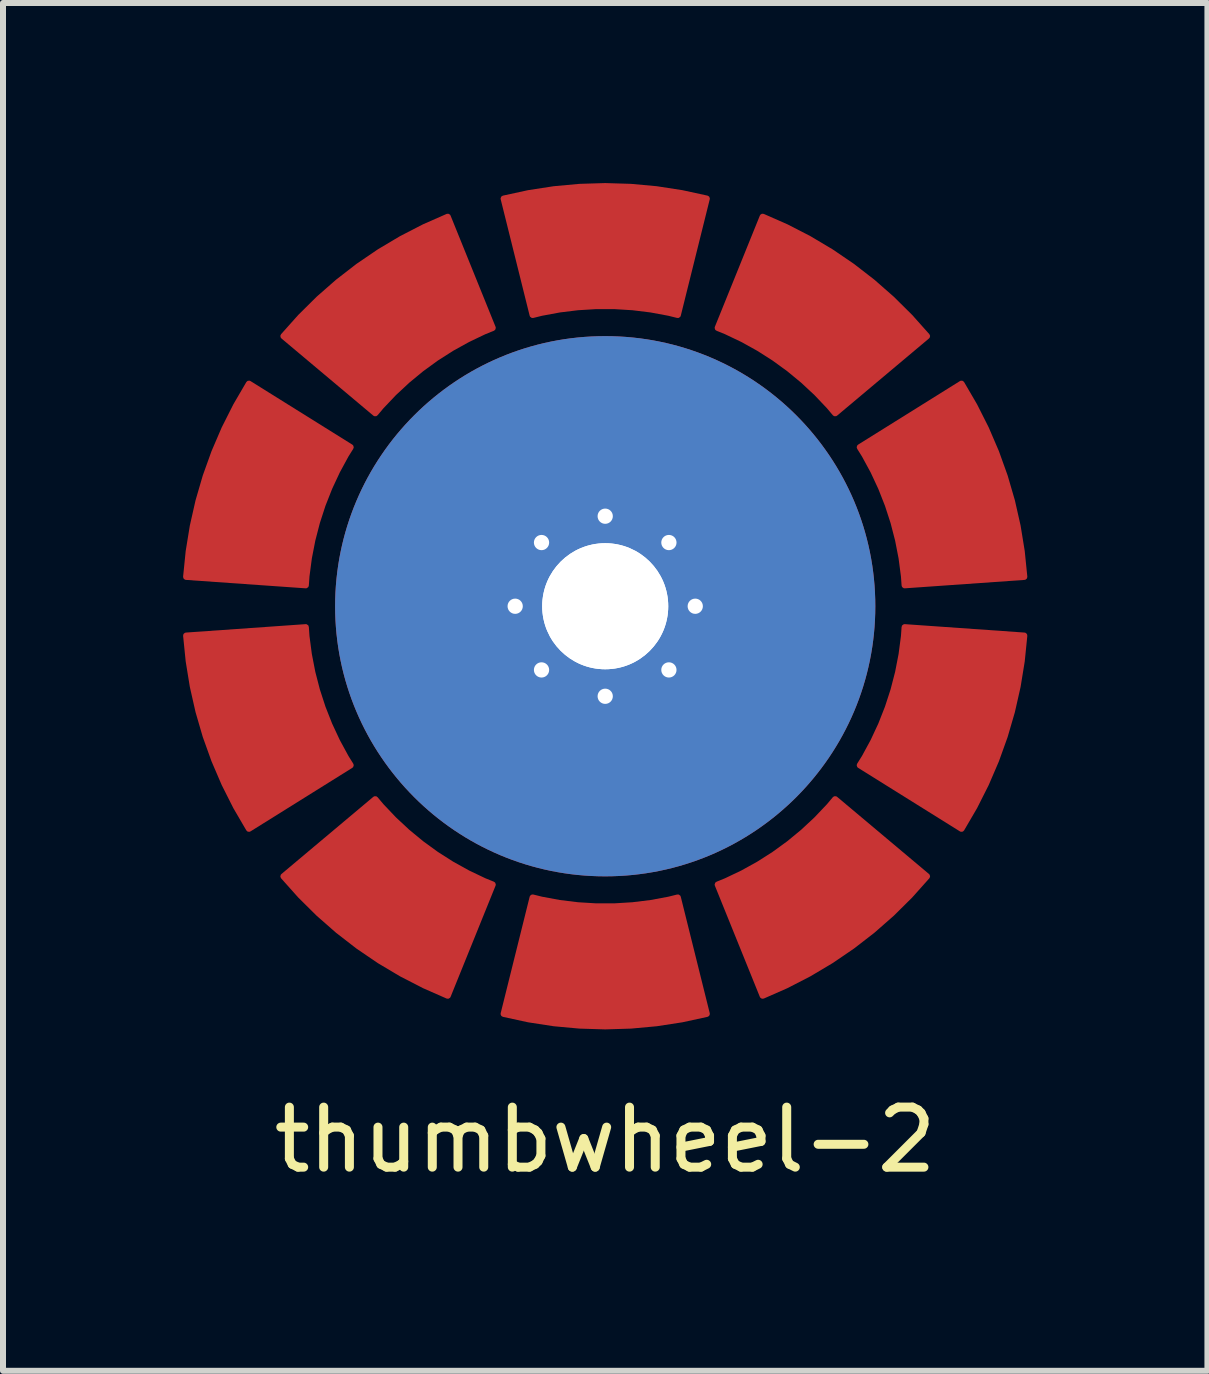
<source format=kicad_pcb>
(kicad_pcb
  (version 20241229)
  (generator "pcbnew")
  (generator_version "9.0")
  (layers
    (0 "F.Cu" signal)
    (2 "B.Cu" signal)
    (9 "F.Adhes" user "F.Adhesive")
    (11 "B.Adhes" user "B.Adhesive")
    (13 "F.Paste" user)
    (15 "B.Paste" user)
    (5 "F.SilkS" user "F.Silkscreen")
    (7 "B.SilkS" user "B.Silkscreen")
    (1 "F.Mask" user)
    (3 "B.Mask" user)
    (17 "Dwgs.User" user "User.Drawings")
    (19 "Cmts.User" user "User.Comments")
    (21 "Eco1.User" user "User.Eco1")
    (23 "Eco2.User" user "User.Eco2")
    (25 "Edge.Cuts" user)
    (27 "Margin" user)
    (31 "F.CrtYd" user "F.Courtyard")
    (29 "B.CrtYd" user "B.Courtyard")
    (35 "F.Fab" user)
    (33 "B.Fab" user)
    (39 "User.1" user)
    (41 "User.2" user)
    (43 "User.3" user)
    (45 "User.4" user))
  (footprint "thumbwheel-2"
    (layer "F.Cu")
    (at 7.033 7.05)
    (property "Reference" "thumbwheel-2" (at 0 8.89 0) (layer "F.SilkS") (effects (font (size 1 1) (thickness 0.15))))
    (attr through_hole)
    (pad "0" smd custom (at 3.527 4.854 216) (size 0.3 0.3) (layers "F.Cu" "F.Mask") (options (anchor circle)) (primitives (gr_line (start 0.262 1.007) (end 0.366 -0.99) (width 0.1)) (gr_line (start 0.218 1.005) (end 0.305 -0.993) (width 0.1)) (gr_line (start 0.174 1.003) (end 0.244 -0.996) (width 0.1)) (gr_line (start 0.131 1.002) (end 0.183 -0.998) (width 0.1)) (gr_line (start 0.087 1.001) (end 0.122 -0.999) (width 0.1)) (gr_line (start 0.044 1) (end 0.061 -1) (width 0.1)) (gr_line (start -0.000001 1) (end -0.000001 -1) (width 0.1)) (gr_line (start -0.044 1) (end -0.061 -1) (width 0.1)) (gr_line (start 0.782 1.062) (end 1.095 -0.914) (width 0.1)) (gr_line (start 0.868 1.076) (end 1.216 -0.894) (width 0.1)) (gr_line (start -0.566 1.032) (end -0.792 -0.955) (width 0.1)) (gr_line (start -0.609 1.037) (end -0.853 -0.948) (width 0.1)) (gr_line (start -0.653 1.043) (end -0.914 -0.94) (width 0.1)) (gr_line (start -0.696 1.049) (end -0.974 -0.932) (width 0.1)) (gr_line (start -0.739 1.055) (end -1.035 -0.923) (width 0.1)) (gr_line (start -0.131 1.002) (end -0.183 -0.998) (width 0.1)) (gr_line (start -0.174 1.003) (end -0.244 -0.996) (width 0.1)) (gr_line (start -0.218 1.005) (end -0.305 -0.993) (width 0.1)) (gr_line (start -0.262 1.007) (end -0.366 -0.99) (width 0.1)) (gr_line (start -0.305 1.009) (end -0.427 -0.987) (width 0.1)) (gr_line (start -0.349 1.012) (end -0.488 -0.983) (width 0.1)) (gr_line (start -0.392 1.015) (end -0.549 -0.978) (width 0.1)) (gr_line (start -0.436 1.019) (end -0.61 -0.973) (width 0.1)) (gr_line (start -0.479 1.023) (end -0.671 -0.968) (width 0.1)) (gr_line (start -0.782 1.062) (end -1.095 -0.914) (width 0.1)) (gr_line (start 1.167 1.138) (end 1.634 -0.807) (width 0.1)) (gr_arc (start 0 1) (mid 0.609346 1.037269) (end 1.209609 1.148521) (width 0.1)) (gr_line (start 1.21 1.149) (end 1.693 -0.792) (width 0.1)) (gr_line (start -0.523 1.027) (end -0.732 -0.962) (width 0.1)) (gr_line (start 1.125 1.128) (end 1.575 -0.821) (width 0.1)) (gr_line (start 1.082 1.119) (end 1.515 -0.834) (width 0.1)) (gr_line (start 1.04 1.109) (end 1.455 -0.847) (width 0.1)) (gr_line (start 0.997 1.1) (end 1.396 -0.859) (width 0.1)) (gr_line (start 0.954 1.092) (end 1.336 -0.871) (width 0.1)) (gr_line (start 0.696 1.049) (end 0.974 -0.932) (width 0.1)) (gr_line (start 0.911 1.084) (end 1.276 -0.883) (width 0.1)) (gr_line (start 0.653 1.043) (end 0.914 -0.94) (width 0.1)) (gr_line (start 0.609 1.037) (end 0.853 -0.948) (width 0.1)) (gr_line (start 0.566 1.032) (end 0.792 -0.955) (width 0.1)) (gr_line (start 0.523 1.027) (end 0.732 -0.962) (width 0.1)) (gr_line (start 0.479 1.023) (end 0.671 -0.968) (width 0.1)) (gr_line (start 0.436 1.019) (end 0.61 -0.973) (width 0.1)) (gr_line (start 0.392 1.015) (end 0.549 -0.978) (width 0.1)) (gr_line (start 0.349 1.012) (end 0.488 -0.983) (width 0.1)) (gr_line (start -0.087 1.001) (end -0.122 -0.999) (width 0.1)) (gr_line (start 0.305 1.009) (end 0.427 -0.987) (width 0.1)) (gr_line (start 0.825 1.069) (end 1.155 -0.904) (width 0.1)) (gr_line (start -0.825 1.069) (end -1.155 -0.904) (width 0.1)) (gr_line (start -0.868 1.076) (end -1.216 -0.894) (width 0.1)) (gr_line (start -0.911 1.084) (end -1.276 -0.883) (width 0.1)) (gr_line (start -0.954 1.092) (end -1.336 -0.871) (width 0.1)) (gr_line (start -0.997 1.1) (end -1.396 -0.859) (width 0.1)) (gr_line (start -1.04 1.109) (end -1.455 -0.847) (width 0.1)) (gr_line (start -1.082 1.119) (end -1.515 -0.834) (width 0.1)) (gr_line (start -1.125 1.128) (end -1.575 -0.821) (width 0.1)) (gr_line (start -1.167 1.138) (end -1.634 -0.807) (width 0.1)) (gr_arc (start -1.209609 1.148521) (mid -0.609346 1.037269) (end 0 1) (width 0.1)) (gr_arc (start -1.693453 -0.79207) (mid -0.853085 -0.947823) (end 0 -1) (width 0.1)) (gr_arc (start 0 -1) (mid 0.853085 -0.947823) (end 1.693453 -0.79207) (width 0.1)) (gr_line (start -1.693 -0.792) (end -1.21 1.149) (width 0.1)) (gr_line (start 0.739 1.055) (end 1.035 -0.923) (width 0.1))))
    (pad "1" smd custom (at 5.706 1.854 252) (size 0.3 0.3) (layers "F.Cu" "F.Mask") (options (anchor circle)) (primitives (gr_line (start 0.262 1.007) (end 0.366 -0.99) (width 0.1)) (gr_line (start 0.218 1.005) (end 0.305 -0.993) (width 0.1)) (gr_line (start 0.174 1.003) (end 0.244 -0.996) (width 0.1)) (gr_line (start 0.131 1.002) (end 0.183 -0.998) (width 0.1)) (gr_line (start 0.087 1.001) (end 0.122 -0.999) (width 0.1)) (gr_line (start 0.044 1) (end 0.061 -1) (width 0.1)) (gr_line (start -0.000001 1) (end -0.000001 -1) (width 0.1)) (gr_line (start -0.044 1) (end -0.061 -1) (width 0.1)) (gr_line (start 0.782 1.062) (end 1.095 -0.914) (width 0.1)) (gr_line (start 0.868 1.076) (end 1.216 -0.894) (width 0.1)) (gr_line (start -0.566 1.032) (end -0.792 -0.955) (width 0.1)) (gr_line (start -0.609 1.037) (end -0.853 -0.948) (width 0.1)) (gr_line (start -0.653 1.043) (end -0.914 -0.94) (width 0.1)) (gr_line (start -0.696 1.049) (end -0.974 -0.932) (width 0.1)) (gr_line (start -0.739 1.055) (end -1.035 -0.923) (width 0.1)) (gr_line (start -0.131 1.002) (end -0.183 -0.998) (width 0.1)) (gr_line (start -0.174 1.003) (end -0.244 -0.996) (width 0.1)) (gr_line (start -0.218 1.005) (end -0.305 -0.993) (width 0.1)) (gr_line (start -0.262 1.007) (end -0.366 -0.99) (width 0.1)) (gr_line (start -0.305 1.009) (end -0.427 -0.987) (width 0.1)) (gr_line (start -0.349 1.012) (end -0.488 -0.983) (width 0.1)) (gr_line (start -0.392 1.015) (end -0.549 -0.978) (width 0.1)) (gr_line (start -0.436 1.019) (end -0.61 -0.973) (width 0.1)) (gr_line (start -0.479 1.023) (end -0.671 -0.968) (width 0.1)) (gr_line (start -0.782 1.062) (end -1.095 -0.914) (width 0.1)) (gr_line (start 1.167 1.138) (end 1.634 -0.807) (width 0.1)) (gr_arc (start 0 1) (mid 0.609346 1.037269) (end 1.209609 1.148521) (width 0.1)) (gr_line (start 1.21 1.149) (end 1.693 -0.792) (width 0.1)) (gr_line (start -0.523 1.027) (end -0.732 -0.962) (width 0.1)) (gr_line (start 1.125 1.128) (end 1.575 -0.821) (width 0.1)) (gr_line (start 1.082 1.119) (end 1.515 -0.834) (width 0.1)) (gr_line (start 1.04 1.109) (end 1.455 -0.847) (width 0.1)) (gr_line (start 0.997 1.1) (end 1.396 -0.859) (width 0.1)) (gr_line (start 0.954 1.092) (end 1.336 -0.871) (width 0.1)) (gr_line (start 0.696 1.049) (end 0.974 -0.932) (width 0.1)) (gr_line (start 0.911 1.084) (end 1.276 -0.883) (width 0.1)) (gr_line (start 0.653 1.043) (end 0.914 -0.94) (width 0.1)) (gr_line (start 0.609 1.037) (end 0.853 -0.948) (width 0.1)) (gr_line (start 0.566 1.032) (end 0.792 -0.955) (width 0.1)) (gr_line (start 0.523 1.027) (end 0.732 -0.962) (width 0.1)) (gr_line (start 0.479 1.023) (end 0.671 -0.968) (width 0.1)) (gr_line (start 0.436 1.019) (end 0.61 -0.973) (width 0.1)) (gr_line (start 0.392 1.015) (end 0.549 -0.978) (width 0.1)) (gr_line (start 0.349 1.012) (end 0.488 -0.983) (width 0.1)) (gr_line (start -0.087 1.001) (end -0.122 -0.999) (width 0.1)) (gr_line (start 0.305 1.009) (end 0.427 -0.987) (width 0.1)) (gr_line (start 0.825 1.069) (end 1.155 -0.904) (width 0.1)) (gr_line (start -0.825 1.069) (end -1.155 -0.904) (width 0.1)) (gr_line (start -0.868 1.076) (end -1.216 -0.894) (width 0.1)) (gr_line (start -0.911 1.084) (end -1.276 -0.883) (width 0.1)) (gr_line (start -0.954 1.092) (end -1.336 -0.871) (width 0.1)) (gr_line (start -0.997 1.1) (end -1.396 -0.859) (width 0.1)) (gr_line (start -1.04 1.109) (end -1.455 -0.847) (width 0.1)) (gr_line (start -1.082 1.119) (end -1.515 -0.834) (width 0.1)) (gr_line (start -1.125 1.128) (end -1.575 -0.821) (width 0.1)) (gr_line (start -1.167 1.138) (end -1.634 -0.807) (width 0.1)) (gr_arc (start -1.209609 1.148521) (mid -0.609346 1.037269) (end 0 1) (width 0.1)) (gr_arc (start -1.693453 -0.79207) (mid -0.853085 -0.947823) (end 0 -1) (width 0.1)) (gr_arc (start 0 -1) (mid 0.853085 -0.947823) (end 1.693453 -0.79207) (width 0.1)) (gr_line (start -1.693 -0.792) (end -1.21 1.149) (width 0.1)) (gr_line (start 0.739 1.055) (end 1.035 -0.923) (width 0.1))))
    (pad "2" smd custom (at 5.706 -1.854 288) (size 0.3 0.3) (layers "F.Cu" "F.Mask") (options (anchor circle)) (primitives (gr_line (start 0.262 1.007) (end 0.366 -0.99) (width 0.1)) (gr_line (start 0.218 1.005) (end 0.305 -0.993) (width 0.1)) (gr_line (start 0.174 1.003) (end 0.244 -0.996) (width 0.1)) (gr_line (start 0.131 1.002) (end 0.183 -0.998) (width 0.1)) (gr_line (start 0.087 1.001) (end 0.122 -0.999) (width 0.1)) (gr_line (start 0.044 1) (end 0.061 -1) (width 0.1)) (gr_line (start -0.000001 1) (end -0.000001 -1) (width 0.1)) (gr_line (start -0.044 1) (end -0.061 -1) (width 0.1)) (gr_line (start 0.782 1.062) (end 1.095 -0.914) (width 0.1)) (gr_line (start 0.868 1.076) (end 1.216 -0.894) (width 0.1)) (gr_line (start -0.566 1.032) (end -0.792 -0.955) (width 0.1)) (gr_line (start -0.609 1.037) (end -0.853 -0.948) (width 0.1)) (gr_line (start -0.653 1.043) (end -0.914 -0.94) (width 0.1)) (gr_line (start -0.696 1.049) (end -0.974 -0.932) (width 0.1)) (gr_line (start -0.739 1.055) (end -1.035 -0.923) (width 0.1)) (gr_line (start -0.131 1.002) (end -0.183 -0.998) (width 0.1)) (gr_line (start -0.174 1.003) (end -0.244 -0.996) (width 0.1)) (gr_line (start -0.218 1.005) (end -0.305 -0.993) (width 0.1)) (gr_line (start -0.262 1.007) (end -0.366 -0.99) (width 0.1)) (gr_line (start -0.305 1.009) (end -0.427 -0.987) (width 0.1)) (gr_line (start -0.349 1.012) (end -0.488 -0.983) (width 0.1)) (gr_line (start -0.392 1.015) (end -0.549 -0.978) (width 0.1)) (gr_line (start -0.436 1.019) (end -0.61 -0.973) (width 0.1)) (gr_line (start -0.479 1.023) (end -0.671 -0.968) (width 0.1)) (gr_line (start -0.782 1.062) (end -1.095 -0.914) (width 0.1)) (gr_line (start 1.167 1.138) (end 1.634 -0.807) (width 0.1)) (gr_arc (start 0 1) (mid 0.609346 1.037269) (end 1.209609 1.148521) (width 0.1)) (gr_line (start 1.21 1.149) (end 1.693 -0.792) (width 0.1)) (gr_line (start -0.523 1.027) (end -0.732 -0.962) (width 0.1)) (gr_line (start 1.125 1.128) (end 1.575 -0.821) (width 0.1)) (gr_line (start 1.082 1.119) (end 1.515 -0.834) (width 0.1)) (gr_line (start 1.04 1.109) (end 1.455 -0.847) (width 0.1)) (gr_line (start 0.997 1.1) (end 1.396 -0.859) (width 0.1)) (gr_line (start 0.954 1.092) (end 1.336 -0.871) (width 0.1)) (gr_line (start 0.696 1.049) (end 0.974 -0.932) (width 0.1)) (gr_line (start 0.911 1.084) (end 1.276 -0.883) (width 0.1)) (gr_line (start 0.653 1.043) (end 0.914 -0.94) (width 0.1)) (gr_line (start 0.609 1.037) (end 0.853 -0.948) (width 0.1)) (gr_line (start 0.566 1.032) (end 0.792 -0.955) (width 0.1)) (gr_line (start 0.523 1.027) (end 0.732 -0.962) (width 0.1)) (gr_line (start 0.479 1.023) (end 0.671 -0.968) (width 0.1)) (gr_line (start 0.436 1.019) (end 0.61 -0.973) (width 0.1)) (gr_line (start 0.392 1.015) (end 0.549 -0.978) (width 0.1)) (gr_line (start 0.349 1.012) (end 0.488 -0.983) (width 0.1)) (gr_line (start -0.087 1.001) (end -0.122 -0.999) (width 0.1)) (gr_line (start 0.305 1.009) (end 0.427 -0.987) (width 0.1)) (gr_line (start 0.825 1.069) (end 1.155 -0.904) (width 0.1)) (gr_line (start -0.825 1.069) (end -1.155 -0.904) (width 0.1)) (gr_line (start -0.868 1.076) (end -1.216 -0.894) (width 0.1)) (gr_line (start -0.911 1.084) (end -1.276 -0.883) (width 0.1)) (gr_line (start -0.954 1.092) (end -1.336 -0.871) (width 0.1)) (gr_line (start -0.997 1.1) (end -1.396 -0.859) (width 0.1)) (gr_line (start -1.04 1.109) (end -1.455 -0.847) (width 0.1)) (gr_line (start -1.082 1.119) (end -1.515 -0.834) (width 0.1)) (gr_line (start -1.125 1.128) (end -1.575 -0.821) (width 0.1)) (gr_line (start -1.167 1.138) (end -1.634 -0.807) (width 0.1)) (gr_arc (start -1.209609 1.148521) (mid -0.609346 1.037269) (end 0 1) (width 0.1)) (gr_arc (start -1.693453 -0.79207) (mid -0.853085 -0.947823) (end 0 -1) (width 0.1)) (gr_arc (start 0 -1) (mid 0.853085 -0.947823) (end 1.693453 -0.79207) (width 0.1)) (gr_line (start -1.693 -0.792) (end -1.21 1.149) (width 0.1)) (gr_line (start 0.739 1.055) (end 1.035 -0.923) (width 0.1))))
    (pad "3" smd custom (at 3.527 -4.854 324) (size 0.3 0.3) (layers "F.Cu" "F.Mask") (options (anchor circle)) (primitives (gr_line (start 0.262 1.007) (end 0.366 -0.99) (width 0.1)) (gr_line (start 0.218 1.005) (end 0.305 -0.993) (width 0.1)) (gr_line (start 0.174 1.003) (end 0.244 -0.996) (width 0.1)) (gr_line (start 0.131 1.002) (end 0.183 -0.998) (width 0.1)) (gr_line (start 0.087 1.001) (end 0.122 -0.999) (width 0.1)) (gr_line (start 0.044 1) (end 0.061 -1) (width 0.1)) (gr_line (start -0.000001 1) (end -0.000001 -1) (width 0.1)) (gr_line (start -0.044 1) (end -0.061 -1) (width 0.1)) (gr_line (start 0.782 1.062) (end 1.095 -0.914) (width 0.1)) (gr_line (start 0.868 1.076) (end 1.216 -0.894) (width 0.1)) (gr_line (start -0.566 1.032) (end -0.792 -0.955) (width 0.1)) (gr_line (start -0.609 1.037) (end -0.853 -0.948) (width 0.1)) (gr_line (start -0.653 1.043) (end -0.914 -0.94) (width 0.1)) (gr_line (start -0.696 1.049) (end -0.974 -0.932) (width 0.1)) (gr_line (start -0.739 1.055) (end -1.035 -0.923) (width 0.1)) (gr_line (start -0.131 1.002) (end -0.183 -0.998) (width 0.1)) (gr_line (start -0.174 1.003) (end -0.244 -0.996) (width 0.1)) (gr_line (start -0.218 1.005) (end -0.305 -0.993) (width 0.1)) (gr_line (start -0.262 1.007) (end -0.366 -0.99) (width 0.1)) (gr_line (start -0.305 1.009) (end -0.427 -0.987) (width 0.1)) (gr_line (start -0.349 1.012) (end -0.488 -0.983) (width 0.1)) (gr_line (start -0.392 1.015) (end -0.549 -0.978) (width 0.1)) (gr_line (start -0.436 1.019) (end -0.61 -0.973) (width 0.1)) (gr_line (start -0.479 1.023) (end -0.671 -0.968) (width 0.1)) (gr_line (start -0.782 1.062) (end -1.095 -0.914) (width 0.1)) (gr_line (start 1.167 1.138) (end 1.634 -0.807) (width 0.1)) (gr_arc (start 0 1) (mid 0.609346 1.037269) (end 1.209609 1.148521) (width 0.1)) (gr_line (start 1.21 1.149) (end 1.693 -0.792) (width 0.1)) (gr_line (start -0.523 1.027) (end -0.732 -0.962) (width 0.1)) (gr_line (start 1.125 1.128) (end 1.575 -0.821) (width 0.1)) (gr_line (start 1.082 1.119) (end 1.515 -0.834) (width 0.1)) (gr_line (start 1.04 1.109) (end 1.455 -0.847) (width 0.1)) (gr_line (start 0.997 1.1) (end 1.396 -0.859) (width 0.1)) (gr_line (start 0.954 1.092) (end 1.336 -0.871) (width 0.1)) (gr_line (start 0.696 1.049) (end 0.974 -0.932) (width 0.1)) (gr_line (start 0.911 1.084) (end 1.276 -0.883) (width 0.1)) (gr_line (start 0.653 1.043) (end 0.914 -0.94) (width 0.1)) (gr_line (start 0.609 1.037) (end 0.853 -0.948) (width 0.1)) (gr_line (start 0.566 1.032) (end 0.792 -0.955) (width 0.1)) (gr_line (start 0.523 1.027) (end 0.732 -0.962) (width 0.1)) (gr_line (start 0.479 1.023) (end 0.671 -0.968) (width 0.1)) (gr_line (start 0.436 1.019) (end 0.61 -0.973) (width 0.1)) (gr_line (start 0.392 1.015) (end 0.549 -0.978) (width 0.1)) (gr_line (start 0.349 1.012) (end 0.488 -0.983) (width 0.1)) (gr_line (start -0.087 1.001) (end -0.122 -0.999) (width 0.1)) (gr_line (start 0.305 1.009) (end 0.427 -0.987) (width 0.1)) (gr_line (start 0.825 1.069) (end 1.155 -0.904) (width 0.1)) (gr_line (start -0.825 1.069) (end -1.155 -0.904) (width 0.1)) (gr_line (start -0.868 1.076) (end -1.216 -0.894) (width 0.1)) (gr_line (start -0.911 1.084) (end -1.276 -0.883) (width 0.1)) (gr_line (start -0.954 1.092) (end -1.336 -0.871) (width 0.1)) (gr_line (start -0.997 1.1) (end -1.396 -0.859) (width 0.1)) (gr_line (start -1.04 1.109) (end -1.455 -0.847) (width 0.1)) (gr_line (start -1.082 1.119) (end -1.515 -0.834) (width 0.1)) (gr_line (start -1.125 1.128) (end -1.575 -0.821) (width 0.1)) (gr_line (start -1.167 1.138) (end -1.634 -0.807) (width 0.1)) (gr_arc (start -1.209609 1.148521) (mid -0.609346 1.037269) (end 0 1) (width 0.1)) (gr_arc (start -1.693453 -0.79207) (mid -0.853085 -0.947823) (end 0 -1) (width 0.1)) (gr_arc (start 0 -1) (mid 0.853085 -0.947823) (end 1.693453 -0.79207) (width 0.1)) (gr_line (start -1.693 -0.792) (end -1.21 1.149) (width 0.1)) (gr_line (start 0.739 1.055) (end 1.035 -0.923) (width 0.1))))
    (pad "4" smd custom (at 0 -6) (size 0.3 0.3) (layers "F.Cu" "F.Mask") (options (anchor circle)) (primitives (gr_line (start 0.262 1.007) (end 0.366 -0.99) (width 0.1)) (gr_line (start 0.218 1.005) (end 0.305 -0.993) (width 0.1)) (gr_line (start 0.174 1.003) (end 0.244 -0.996) (width 0.1)) (gr_line (start 0.131 1.002) (end 0.183 -0.998) (width 0.1)) (gr_line (start 0.087 1.001) (end 0.122 -0.999) (width 0.1)) (gr_line (start 0.044 1) (end 0.061 -1) (width 0.1)) (gr_line (start -0.000001 1) (end -0.000001 -1) (width 0.1)) (gr_line (start -0.044 1) (end -0.061 -1) (width 0.1)) (gr_line (start 0.782 1.062) (end 1.095 -0.914) (width 0.1)) (gr_line (start 0.868 1.076) (end 1.216 -0.894) (width 0.1)) (gr_line (start -0.566 1.032) (end -0.792 -0.955) (width 0.1)) (gr_line (start -0.609 1.037) (end -0.853 -0.948) (width 0.1)) (gr_line (start -0.653 1.043) (end -0.914 -0.94) (width 0.1)) (gr_line (start -0.696 1.049) (end -0.974 -0.932) (width 0.1)) (gr_line (start -0.739 1.055) (end -1.035 -0.923) (width 0.1)) (gr_line (start -0.131 1.002) (end -0.183 -0.998) (width 0.1)) (gr_line (start -0.174 1.003) (end -0.244 -0.996) (width 0.1)) (gr_line (start -0.218 1.005) (end -0.305 -0.993) (width 0.1)) (gr_line (start -0.262 1.007) (end -0.366 -0.99) (width 0.1)) (gr_line (start -0.305 1.009) (end -0.427 -0.987) (width 0.1)) (gr_line (start -0.349 1.012) (end -0.488 -0.983) (width 0.1)) (gr_line (start -0.392 1.015) (end -0.549 -0.978) (width 0.1)) (gr_line (start -0.436 1.019) (end -0.61 -0.973) (width 0.1)) (gr_line (start -0.479 1.023) (end -0.671 -0.968) (width 0.1)) (gr_line (start -0.782 1.062) (end -1.095 -0.914) (width 0.1)) (gr_line (start 1.167 1.138) (end 1.634 -0.807) (width 0.1)) (gr_arc (start 0 1) (mid 0.609346 1.037269) (end 1.209609 1.148521) (width 0.1)) (gr_line (start 1.21 1.149) (end 1.693 -0.792) (width 0.1)) (gr_line (start -0.523 1.027) (end -0.732 -0.962) (width 0.1)) (gr_line (start 1.125 1.128) (end 1.575 -0.821) (width 0.1)) (gr_line (start 1.082 1.119) (end 1.515 -0.834) (width 0.1)) (gr_line (start 1.04 1.109) (end 1.455 -0.847) (width 0.1)) (gr_line (start 0.997 1.1) (end 1.396 -0.859) (width 0.1)) (gr_line (start 0.954 1.092) (end 1.336 -0.871) (width 0.1)) (gr_line (start 0.696 1.049) (end 0.974 -0.932) (width 0.1)) (gr_line (start 0.911 1.084) (end 1.276 -0.883) (width 0.1)) (gr_line (start 0.653 1.043) (end 0.914 -0.94) (width 0.1)) (gr_line (start 0.609 1.037) (end 0.853 -0.948) (width 0.1)) (gr_line (start 0.566 1.032) (end 0.792 -0.955) (width 0.1)) (gr_line (start 0.523 1.027) (end 0.732 -0.962) (width 0.1)) (gr_line (start 0.479 1.023) (end 0.671 -0.968) (width 0.1)) (gr_line (start 0.436 1.019) (end 0.61 -0.973) (width 0.1)) (gr_line (start 0.392 1.015) (end 0.549 -0.978) (width 0.1)) (gr_line (start 0.349 1.012) (end 0.488 -0.983) (width 0.1)) (gr_line (start -0.087 1.001) (end -0.122 -0.999) (width 0.1)) (gr_line (start 0.305 1.009) (end 0.427 -0.987) (width 0.1)) (gr_line (start 0.825 1.069) (end 1.155 -0.904) (width 0.1)) (gr_line (start -0.825 1.069) (end -1.155 -0.904) (width 0.1)) (gr_line (start -0.868 1.076) (end -1.216 -0.894) (width 0.1)) (gr_line (start -0.911 1.084) (end -1.276 -0.883) (width 0.1)) (gr_line (start -0.954 1.092) (end -1.336 -0.871) (width 0.1)) (gr_line (start -0.997 1.1) (end -1.396 -0.859) (width 0.1)) (gr_line (start -1.04 1.109) (end -1.455 -0.847) (width 0.1)) (gr_line (start -1.082 1.119) (end -1.515 -0.834) (width 0.1)) (gr_line (start -1.125 1.128) (end -1.575 -0.821) (width 0.1)) (gr_line (start -1.167 1.138) (end -1.634 -0.807) (width 0.1)) (gr_arc (start -1.209609 1.148521) (mid -0.609346 1.037269) (end 0 1) (width 0.1)) (gr_arc (start -1.693453 -0.79207) (mid -0.853085 -0.947823) (end 0 -1) (width 0.1)) (gr_arc (start 0 -1) (mid 0.853085 -0.947823) (end 1.693453 -0.79207) (width 0.1)) (gr_line (start -1.693 -0.792) (end -1.21 1.149) (width 0.1)) (gr_line (start 0.739 1.055) (end 1.035 -0.923) (width 0.1))))
    (pad "5" smd custom (at -3.527 -4.854 36) (size 0.3 0.3) (layers "F.Cu" "F.Mask") (options (anchor circle)) (primitives (gr_line (start 0.262 1.007) (end 0.366 -0.99) (width 0.1)) (gr_line (start 0.218 1.005) (end 0.305 -0.993) (width 0.1)) (gr_line (start 0.174 1.003) (end 0.244 -0.996) (width 0.1)) (gr_line (start 0.131 1.002) (end 0.183 -0.998) (width 0.1)) (gr_line (start 0.087 1.001) (end 0.122 -0.999) (width 0.1)) (gr_line (start 0.044 1) (end 0.061 -1) (width 0.1)) (gr_line (start -0.000001 1) (end -0.000001 -1) (width 0.1)) (gr_line (start -0.044 1) (end -0.061 -1) (width 0.1)) (gr_line (start 0.782 1.062) (end 1.095 -0.914) (width 0.1)) (gr_line (start 0.868 1.076) (end 1.216 -0.894) (width 0.1)) (gr_line (start -0.566 1.032) (end -0.792 -0.955) (width 0.1)) (gr_line (start -0.609 1.037) (end -0.853 -0.948) (width 0.1)) (gr_line (start -0.653 1.043) (end -0.914 -0.94) (width 0.1)) (gr_line (start -0.696 1.049) (end -0.974 -0.932) (width 0.1)) (gr_line (start -0.739 1.055) (end -1.035 -0.923) (width 0.1)) (gr_line (start -0.131 1.002) (end -0.183 -0.998) (width 0.1)) (gr_line (start -0.174 1.003) (end -0.244 -0.996) (width 0.1)) (gr_line (start -0.218 1.005) (end -0.305 -0.993) (width 0.1)) (gr_line (start -0.262 1.007) (end -0.366 -0.99) (width 0.1)) (gr_line (start -0.305 1.009) (end -0.427 -0.987) (width 0.1)) (gr_line (start -0.349 1.012) (end -0.488 -0.983) (width 0.1)) (gr_line (start -0.392 1.015) (end -0.549 -0.978) (width 0.1)) (gr_line (start -0.436 1.019) (end -0.61 -0.973) (width 0.1)) (gr_line (start -0.479 1.023) (end -0.671 -0.968) (width 0.1)) (gr_line (start -0.782 1.062) (end -1.095 -0.914) (width 0.1)) (gr_line (start 1.167 1.138) (end 1.634 -0.807) (width 0.1)) (gr_arc (start 0 1) (mid 0.609346 1.037269) (end 1.209609 1.148521) (width 0.1)) (gr_line (start 1.21 1.149) (end 1.693 -0.792) (width 0.1)) (gr_line (start -0.523 1.027) (end -0.732 -0.962) (width 0.1)) (gr_line (start 1.125 1.128) (end 1.575 -0.821) (width 0.1)) (gr_line (start 1.082 1.119) (end 1.515 -0.834) (width 0.1)) (gr_line (start 1.04 1.109) (end 1.455 -0.847) (width 0.1)) (gr_line (start 0.997 1.1) (end 1.396 -0.859) (width 0.1)) (gr_line (start 0.954 1.092) (end 1.336 -0.871) (width 0.1)) (gr_line (start 0.696 1.049) (end 0.974 -0.932) (width 0.1)) (gr_line (start 0.911 1.084) (end 1.276 -0.883) (width 0.1)) (gr_line (start 0.653 1.043) (end 0.914 -0.94) (width 0.1)) (gr_line (start 0.609 1.037) (end 0.853 -0.948) (width 0.1)) (gr_line (start 0.566 1.032) (end 0.792 -0.955) (width 0.1)) (gr_line (start 0.523 1.027) (end 0.732 -0.962) (width 0.1)) (gr_line (start 0.479 1.023) (end 0.671 -0.968) (width 0.1)) (gr_line (start 0.436 1.019) (end 0.61 -0.973) (width 0.1)) (gr_line (start 0.392 1.015) (end 0.549 -0.978) (width 0.1)) (gr_line (start 0.349 1.012) (end 0.488 -0.983) (width 0.1)) (gr_line (start -0.087 1.001) (end -0.122 -0.999) (width 0.1)) (gr_line (start 0.305 1.009) (end 0.427 -0.987) (width 0.1)) (gr_line (start 0.825 1.069) (end 1.155 -0.904) (width 0.1)) (gr_line (start -0.825 1.069) (end -1.155 -0.904) (width 0.1)) (gr_line (start -0.868 1.076) (end -1.216 -0.894) (width 0.1)) (gr_line (start -0.911 1.084) (end -1.276 -0.883) (width 0.1)) (gr_line (start -0.954 1.092) (end -1.336 -0.871) (width 0.1)) (gr_line (start -0.997 1.1) (end -1.396 -0.859) (width 0.1)) (gr_line (start -1.04 1.109) (end -1.455 -0.847) (width 0.1)) (gr_line (start -1.082 1.119) (end -1.515 -0.834) (width 0.1)) (gr_line (start -1.125 1.128) (end -1.575 -0.821) (width 0.1)) (gr_line (start -1.167 1.138) (end -1.634 -0.807) (width 0.1)) (gr_arc (start -1.209609 1.148521) (mid -0.609346 1.037269) (end 0 1) (width 0.1)) (gr_arc (start -1.693453 -0.79207) (mid -0.853085 -0.947823) (end 0 -1) (width 0.1)) (gr_arc (start 0 -1) (mid 0.853085 -0.947823) (end 1.693453 -0.79207) (width 0.1)) (gr_line (start -1.693 -0.792) (end -1.21 1.149) (width 0.1)) (gr_line (start 0.739 1.055) (end 1.035 -0.923) (width 0.1))))
    (pad "6" smd custom (at -5.706 -1.854 72) (size 0.3 0.3) (layers "F.Cu" "F.Mask") (options (anchor circle)) (primitives (gr_line (start 0.262 1.007) (end 0.366 -0.99) (width 0.1)) (gr_line (start 0.218 1.005) (end 0.305 -0.993) (width 0.1)) (gr_line (start 0.174 1.003) (end 0.244 -0.996) (width 0.1)) (gr_line (start 0.131 1.002) (end 0.183 -0.998) (width 0.1)) (gr_line (start 0.087 1.001) (end 0.122 -0.999) (width 0.1)) (gr_line (start 0.044 1) (end 0.061 -1) (width 0.1)) (gr_line (start -0.000001 1) (end -0.000001 -1) (width 0.1)) (gr_line (start -0.044 1) (end -0.061 -1) (width 0.1)) (gr_line (start 0.782 1.062) (end 1.095 -0.914) (width 0.1)) (gr_line (start 0.868 1.076) (end 1.216 -0.894) (width 0.1)) (gr_line (start -0.566 1.032) (end -0.792 -0.955) (width 0.1)) (gr_line (start -0.609 1.037) (end -0.853 -0.948) (width 0.1)) (gr_line (start -0.653 1.043) (end -0.914 -0.94) (width 0.1)) (gr_line (start -0.696 1.049) (end -0.974 -0.932) (width 0.1)) (gr_line (start -0.739 1.055) (end -1.035 -0.923) (width 0.1)) (gr_line (start -0.131 1.002) (end -0.183 -0.998) (width 0.1)) (gr_line (start -0.174 1.003) (end -0.244 -0.996) (width 0.1)) (gr_line (start -0.218 1.005) (end -0.305 -0.993) (width 0.1)) (gr_line (start -0.262 1.007) (end -0.366 -0.99) (width 0.1)) (gr_line (start -0.305 1.009) (end -0.427 -0.987) (width 0.1)) (gr_line (start -0.349 1.012) (end -0.488 -0.983) (width 0.1)) (gr_line (start -0.392 1.015) (end -0.549 -0.978) (width 0.1)) (gr_line (start -0.436 1.019) (end -0.61 -0.973) (width 0.1)) (gr_line (start -0.479 1.023) (end -0.671 -0.968) (width 0.1)) (gr_line (start -0.782 1.062) (end -1.095 -0.914) (width 0.1)) (gr_line (start 1.167 1.138) (end 1.634 -0.807) (width 0.1)) (gr_arc (start 0 1) (mid 0.609346 1.037269) (end 1.209609 1.148521) (width 0.1)) (gr_line (start 1.21 1.149) (end 1.693 -0.792) (width 0.1)) (gr_line (start -0.523 1.027) (end -0.732 -0.962) (width 0.1)) (gr_line (start 1.125 1.128) (end 1.575 -0.821) (width 0.1)) (gr_line (start 1.082 1.119) (end 1.515 -0.834) (width 0.1)) (gr_line (start 1.04 1.109) (end 1.455 -0.847) (width 0.1)) (gr_line (start 0.997 1.1) (end 1.396 -0.859) (width 0.1)) (gr_line (start 0.954 1.092) (end 1.336 -0.871) (width 0.1)) (gr_line (start 0.696 1.049) (end 0.974 -0.932) (width 0.1)) (gr_line (start 0.911 1.084) (end 1.276 -0.883) (width 0.1)) (gr_line (start 0.653 1.043) (end 0.914 -0.94) (width 0.1)) (gr_line (start 0.609 1.037) (end 0.853 -0.948) (width 0.1)) (gr_line (start 0.566 1.032) (end 0.792 -0.955) (width 0.1)) (gr_line (start 0.523 1.027) (end 0.732 -0.962) (width 0.1)) (gr_line (start 0.479 1.023) (end 0.671 -0.968) (width 0.1)) (gr_line (start 0.436 1.019) (end 0.61 -0.973) (width 0.1)) (gr_line (start 0.392 1.015) (end 0.549 -0.978) (width 0.1)) (gr_line (start 0.349 1.012) (end 0.488 -0.983) (width 0.1)) (gr_line (start -0.087 1.001) (end -0.122 -0.999) (width 0.1)) (gr_line (start 0.305 1.009) (end 0.427 -0.987) (width 0.1)) (gr_line (start 0.825 1.069) (end 1.155 -0.904) (width 0.1)) (gr_line (start -0.825 1.069) (end -1.155 -0.904) (width 0.1)) (gr_line (start -0.868 1.076) (end -1.216 -0.894) (width 0.1)) (gr_line (start -0.911 1.084) (end -1.276 -0.883) (width 0.1)) (gr_line (start -0.954 1.092) (end -1.336 -0.871) (width 0.1)) (gr_line (start -0.997 1.1) (end -1.396 -0.859) (width 0.1)) (gr_line (start -1.04 1.109) (end -1.455 -0.847) (width 0.1)) (gr_line (start -1.082 1.119) (end -1.515 -0.834) (width 0.1)) (gr_line (start -1.125 1.128) (end -1.575 -0.821) (width 0.1)) (gr_line (start -1.167 1.138) (end -1.634 -0.807) (width 0.1)) (gr_arc (start -1.209609 1.148521) (mid -0.609346 1.037269) (end 0 1) (width 0.1)) (gr_arc (start -1.693453 -0.79207) (mid -0.853085 -0.947823) (end 0 -1) (width 0.1)) (gr_arc (start 0 -1) (mid 0.853085 -0.947823) (end 1.693453 -0.79207) (width 0.1)) (gr_line (start -1.693 -0.792) (end -1.21 1.149) (width 0.1)) (gr_line (start 0.739 1.055) (end 1.035 -0.923) (width 0.1))))
    (pad "7" smd custom (at -5.706 1.854 108) (size 0.3 0.3) (layers "F.Cu" "F.Mask") (options (anchor circle)) (primitives (gr_line (start 0.262 1.007) (end 0.366 -0.99) (width 0.1)) (gr_line (start 0.218 1.005) (end 0.305 -0.993) (width 0.1)) (gr_line (start 0.174 1.003) (end 0.244 -0.996) (width 0.1)) (gr_line (start 0.131 1.002) (end 0.183 -0.998) (width 0.1)) (gr_line (start 0.087 1.001) (end 0.122 -0.999) (width 0.1)) (gr_line (start 0.044 1) (end 0.061 -1) (width 0.1)) (gr_line (start -0.000001 1) (end -0.000001 -1) (width 0.1)) (gr_line (start -0.044 1) (end -0.061 -1) (width 0.1)) (gr_line (start 0.782 1.062) (end 1.095 -0.914) (width 0.1)) (gr_line (start 0.868 1.076) (end 1.216 -0.894) (width 0.1)) (gr_line (start -0.566 1.032) (end -0.792 -0.955) (width 0.1)) (gr_line (start -0.609 1.037) (end -0.853 -0.948) (width 0.1)) (gr_line (start -0.653 1.043) (end -0.914 -0.94) (width 0.1)) (gr_line (start -0.696 1.049) (end -0.974 -0.932) (width 0.1)) (gr_line (start -0.739 1.055) (end -1.035 -0.923) (width 0.1)) (gr_line (start -0.131 1.002) (end -0.183 -0.998) (width 0.1)) (gr_line (start -0.174 1.003) (end -0.244 -0.996) (width 0.1)) (gr_line (start -0.218 1.005) (end -0.305 -0.993) (width 0.1)) (gr_line (start -0.262 1.007) (end -0.366 -0.99) (width 0.1)) (gr_line (start -0.305 1.009) (end -0.427 -0.987) (width 0.1)) (gr_line (start -0.349 1.012) (end -0.488 -0.983) (width 0.1)) (gr_line (start -0.392 1.015) (end -0.549 -0.978) (width 0.1)) (gr_line (start -0.436 1.019) (end -0.61 -0.973) (width 0.1)) (gr_line (start -0.479 1.023) (end -0.671 -0.968) (width 0.1)) (gr_line (start -0.782 1.062) (end -1.095 -0.914) (width 0.1)) (gr_line (start 1.167 1.138) (end 1.634 -0.807) (width 0.1)) (gr_arc (start 0 1) (mid 0.609346 1.037269) (end 1.209609 1.148521) (width 0.1)) (gr_line (start 1.21 1.149) (end 1.693 -0.792) (width 0.1)) (gr_line (start -0.523 1.027) (end -0.732 -0.962) (width 0.1)) (gr_line (start 1.125 1.128) (end 1.575 -0.821) (width 0.1)) (gr_line (start 1.082 1.119) (end 1.515 -0.834) (width 0.1)) (gr_line (start 1.04 1.109) (end 1.455 -0.847) (width 0.1)) (gr_line (start 0.997 1.1) (end 1.396 -0.859) (width 0.1)) (gr_line (start 0.954 1.092) (end 1.336 -0.871) (width 0.1)) (gr_line (start 0.696 1.049) (end 0.974 -0.932) (width 0.1)) (gr_line (start 0.911 1.084) (end 1.276 -0.883) (width 0.1)) (gr_line (start 0.653 1.043) (end 0.914 -0.94) (width 0.1)) (gr_line (start 0.609 1.037) (end 0.853 -0.948) (width 0.1)) (gr_line (start 0.566 1.032) (end 0.792 -0.955) (width 0.1)) (gr_line (start 0.523 1.027) (end 0.732 -0.962) (width 0.1)) (gr_line (start 0.479 1.023) (end 0.671 -0.968) (width 0.1)) (gr_line (start 0.436 1.019) (end 0.61 -0.973) (width 0.1)) (gr_line (start 0.392 1.015) (end 0.549 -0.978) (width 0.1)) (gr_line (start 0.349 1.012) (end 0.488 -0.983) (width 0.1)) (gr_line (start -0.087 1.001) (end -0.122 -0.999) (width 0.1)) (gr_line (start 0.305 1.009) (end 0.427 -0.987) (width 0.1)) (gr_line (start 0.825 1.069) (end 1.155 -0.904) (width 0.1)) (gr_line (start -0.825 1.069) (end -1.155 -0.904) (width 0.1)) (gr_line (start -0.868 1.076) (end -1.216 -0.894) (width 0.1)) (gr_line (start -0.911 1.084) (end -1.276 -0.883) (width 0.1)) (gr_line (start -0.954 1.092) (end -1.336 -0.871) (width 0.1)) (gr_line (start -0.997 1.1) (end -1.396 -0.859) (width 0.1)) (gr_line (start -1.04 1.109) (end -1.455 -0.847) (width 0.1)) (gr_line (start -1.082 1.119) (end -1.515 -0.834) (width 0.1)) (gr_line (start -1.125 1.128) (end -1.575 -0.821) (width 0.1)) (gr_line (start -1.167 1.138) (end -1.634 -0.807) (width 0.1)) (gr_arc (start -1.209609 1.148521) (mid -0.609346 1.037269) (end 0 1) (width 0.1)) (gr_arc (start -1.693453 -0.79207) (mid -0.853085 -0.947823) (end 0 -1) (width 0.1)) (gr_arc (start 0 -1) (mid 0.853085 -0.947823) (end 1.693453 -0.79207) (width 0.1)) (gr_line (start -1.693 -0.792) (end -1.21 1.149) (width 0.1)) (gr_line (start 0.739 1.055) (end 1.035 -0.923) (width 0.1))))
    (pad "8" smd custom (at -3.527 4.854 144) (size 0.3 0.3) (layers "F.Cu" "F.Mask") (options (anchor circle)) (primitives (gr_line (start 0.262 1.007) (end 0.366 -0.99) (width 0.1)) (gr_line (start 0.218 1.005) (end 0.305 -0.993) (width 0.1)) (gr_line (start 0.174 1.003) (end 0.244 -0.996) (width 0.1)) (gr_line (start 0.131 1.002) (end 0.183 -0.998) (width 0.1)) (gr_line (start 0.087 1.001) (end 0.122 -0.999) (width 0.1)) (gr_line (start 0.044 1) (end 0.061 -1) (width 0.1)) (gr_line (start -0.000001 1) (end -0.000001 -1) (width 0.1)) (gr_line (start -0.044 1) (end -0.061 -1) (width 0.1)) (gr_line (start 0.782 1.062) (end 1.095 -0.914) (width 0.1)) (gr_line (start 0.868 1.076) (end 1.216 -0.894) (width 0.1)) (gr_line (start -0.566 1.032) (end -0.792 -0.955) (width 0.1)) (gr_line (start -0.609 1.037) (end -0.853 -0.948) (width 0.1)) (gr_line (start -0.653 1.043) (end -0.914 -0.94) (width 0.1)) (gr_line (start -0.696 1.049) (end -0.974 -0.932) (width 0.1)) (gr_line (start -0.739 1.055) (end -1.035 -0.923) (width 0.1)) (gr_line (start -0.131 1.002) (end -0.183 -0.998) (width 0.1)) (gr_line (start -0.174 1.003) (end -0.244 -0.996) (width 0.1)) (gr_line (start -0.218 1.005) (end -0.305 -0.993) (width 0.1)) (gr_line (start -0.262 1.007) (end -0.366 -0.99) (width 0.1)) (gr_line (start -0.305 1.009) (end -0.427 -0.987) (width 0.1)) (gr_line (start -0.349 1.012) (end -0.488 -0.983) (width 0.1)) (gr_line (start -0.392 1.015) (end -0.549 -0.978) (width 0.1)) (gr_line (start -0.436 1.019) (end -0.61 -0.973) (width 0.1)) (gr_line (start -0.479 1.023) (end -0.671 -0.968) (width 0.1)) (gr_line (start -0.782 1.062) (end -1.095 -0.914) (width 0.1)) (gr_line (start 1.167 1.138) (end 1.634 -0.807) (width 0.1)) (gr_arc (start 0 1) (mid 0.609346 1.037269) (end 1.209609 1.148521) (width 0.1)) (gr_line (start 1.21 1.149) (end 1.693 -0.792) (width 0.1)) (gr_line (start -0.523 1.027) (end -0.732 -0.962) (width 0.1)) (gr_line (start 1.125 1.128) (end 1.575 -0.821) (width 0.1)) (gr_line (start 1.082 1.119) (end 1.515 -0.834) (width 0.1)) (gr_line (start 1.04 1.109) (end 1.455 -0.847) (width 0.1)) (gr_line (start 0.997 1.1) (end 1.396 -0.859) (width 0.1)) (gr_line (start 0.954 1.092) (end 1.336 -0.871) (width 0.1)) (gr_line (start 0.696 1.049) (end 0.974 -0.932) (width 0.1)) (gr_line (start 0.911 1.084) (end 1.276 -0.883) (width 0.1)) (gr_line (start 0.653 1.043) (end 0.914 -0.94) (width 0.1)) (gr_line (start 0.609 1.037) (end 0.853 -0.948) (width 0.1)) (gr_line (start 0.566 1.032) (end 0.792 -0.955) (width 0.1)) (gr_line (start 0.523 1.027) (end 0.732 -0.962) (width 0.1)) (gr_line (start 0.479 1.023) (end 0.671 -0.968) (width 0.1)) (gr_line (start 0.436 1.019) (end 0.61 -0.973) (width 0.1)) (gr_line (start 0.392 1.015) (end 0.549 -0.978) (width 0.1)) (gr_line (start 0.349 1.012) (end 0.488 -0.983) (width 0.1)) (gr_line (start -0.087 1.001) (end -0.122 -0.999) (width 0.1)) (gr_line (start 0.305 1.009) (end 0.427 -0.987) (width 0.1)) (gr_line (start 0.825 1.069) (end 1.155 -0.904) (width 0.1)) (gr_line (start -0.825 1.069) (end -1.155 -0.904) (width 0.1)) (gr_line (start -0.868 1.076) (end -1.216 -0.894) (width 0.1)) (gr_line (start -0.911 1.084) (end -1.276 -0.883) (width 0.1)) (gr_line (start -0.954 1.092) (end -1.336 -0.871) (width 0.1)) (gr_line (start -0.997 1.1) (end -1.396 -0.859) (width 0.1)) (gr_line (start -1.04 1.109) (end -1.455 -0.847) (width 0.1)) (gr_line (start -1.082 1.119) (end -1.515 -0.834) (width 0.1)) (gr_line (start -1.125 1.128) (end -1.575 -0.821) (width 0.1)) (gr_line (start -1.167 1.138) (end -1.634 -0.807) (width 0.1)) (gr_arc (start -1.209609 1.148521) (mid -0.609346 1.037269) (end 0 1) (width 0.1)) (gr_arc (start -1.693453 -0.79207) (mid -0.853085 -0.947823) (end 0 -1) (width 0.1)) (gr_arc (start 0 -1) (mid 0.853085 -0.947823) (end 1.693453 -0.79207) (width 0.1)) (gr_line (start -1.693 -0.792) (end -1.21 1.149) (width 0.1)) (gr_line (start 0.739 1.055) (end 1.035 -0.923) (width 0.1))))
    (pad "9" smd custom (at 0 6 180) (size 0.3 0.3) (layers "F.Cu" "F.Mask") (options (anchor circle)) (primitives (gr_line (start 0.262 1.007) (end 0.366 -0.99) (width 0.1)) (gr_line (start 0.218 1.005) (end 0.305 -0.993) (width 0.1)) (gr_line (start 0.174 1.003) (end 0.244 -0.996) (width 0.1)) (gr_line (start 0.131 1.002) (end 0.183 -0.998) (width 0.1)) (gr_line (start 0.087 1.001) (end 0.122 -0.999) (width 0.1)) (gr_line (start 0.044 1) (end 0.061 -1) (width 0.1)) (gr_line (start -0.000001 1) (end -0.000001 -1) (width 0.1)) (gr_line (start -0.044 1) (end -0.061 -1) (width 0.1)) (gr_line (start 0.782 1.062) (end 1.095 -0.914) (width 0.1)) (gr_line (start 0.868 1.076) (end 1.216 -0.894) (width 0.1)) (gr_line (start -0.566 1.032) (end -0.792 -0.955) (width 0.1)) (gr_line (start -0.609 1.037) (end -0.853 -0.948) (width 0.1)) (gr_line (start -0.653 1.043) (end -0.914 -0.94) (width 0.1)) (gr_line (start -0.696 1.049) (end -0.974 -0.932) (width 0.1)) (gr_line (start -0.739 1.055) (end -1.035 -0.923) (width 0.1)) (gr_line (start -0.131 1.002) (end -0.183 -0.998) (width 0.1)) (gr_line (start -0.174 1.003) (end -0.244 -0.996) (width 0.1)) (gr_line (start -0.218 1.005) (end -0.305 -0.993) (width 0.1)) (gr_line (start -0.262 1.007) (end -0.366 -0.99) (width 0.1)) (gr_line (start -0.305 1.009) (end -0.427 -0.987) (width 0.1)) (gr_line (start -0.349 1.012) (end -0.488 -0.983) (width 0.1)) (gr_line (start -0.392 1.015) (end -0.549 -0.978) (width 0.1)) (gr_line (start -0.436 1.019) (end -0.61 -0.973) (width 0.1)) (gr_line (start -0.479 1.023) (end -0.671 -0.968) (width 0.1)) (gr_line (start -0.782 1.062) (end -1.095 -0.914) (width 0.1)) (gr_line (start 1.167 1.138) (end 1.634 -0.807) (width 0.1)) (gr_arc (start 0 1) (mid 0.609346 1.037269) (end 1.209609 1.148521) (width 0.1)) (gr_line (start 1.21 1.149) (end 1.693 -0.792) (width 0.1)) (gr_line (start -0.523 1.027) (end -0.732 -0.962) (width 0.1)) (gr_line (start 1.125 1.128) (end 1.575 -0.821) (width 0.1)) (gr_line (start 1.082 1.119) (end 1.515 -0.834) (width 0.1)) (gr_line (start 1.04 1.109) (end 1.455 -0.847) (width 0.1)) (gr_line (start 0.997 1.1) (end 1.396 -0.859) (width 0.1)) (gr_line (start 0.954 1.092) (end 1.336 -0.871) (width 0.1)) (gr_line (start 0.696 1.049) (end 0.974 -0.932) (width 0.1)) (gr_line (start 0.911 1.084) (end 1.276 -0.883) (width 0.1)) (gr_line (start 0.653 1.043) (end 0.914 -0.94) (width 0.1)) (gr_line (start 0.609 1.037) (end 0.853 -0.948) (width 0.1)) (gr_line (start 0.566 1.032) (end 0.792 -0.955) (width 0.1)) (gr_line (start 0.523 1.027) (end 0.732 -0.962) (width 0.1)) (gr_line (start 0.479 1.023) (end 0.671 -0.968) (width 0.1)) (gr_line (start 0.436 1.019) (end 0.61 -0.973) (width 0.1)) (gr_line (start 0.392 1.015) (end 0.549 -0.978) (width 0.1)) (gr_line (start 0.349 1.012) (end 0.488 -0.983) (width 0.1)) (gr_line (start -0.087 1.001) (end -0.122 -0.999) (width 0.1)) (gr_line (start 0.305 1.009) (end 0.427 -0.987) (width 0.1)) (gr_line (start 0.825 1.069) (end 1.155 -0.904) (width 0.1)) (gr_line (start -0.825 1.069) (end -1.155 -0.904) (width 0.1)) (gr_line (start -0.868 1.076) (end -1.216 -0.894) (width 0.1)) (gr_line (start -0.911 1.084) (end -1.276 -0.883) (width 0.1)) (gr_line (start -0.954 1.092) (end -1.336 -0.871) (width 0.1)) (gr_line (start -0.997 1.1) (end -1.396 -0.859) (width 0.1)) (gr_line (start -1.04 1.109) (end -1.455 -0.847) (width 0.1)) (gr_line (start -1.082 1.119) (end -1.515 -0.834) (width 0.1)) (gr_line (start -1.125 1.128) (end -1.575 -0.821) (width 0.1)) (gr_line (start -1.167 1.138) (end -1.634 -0.807) (width 0.1)) (gr_arc (start -1.209609 1.148521) (mid -0.609346 1.037269) (end 0 1) (width 0.1)) (gr_arc (start -1.693453 -0.79207) (mid -0.853085 -0.947823) (end 0 -1) (width 0.1)) (gr_arc (start 0 -1) (mid 0.853085 -0.947823) (end 1.693453 -0.79207) (width 0.1)) (gr_line (start -1.693 -0.792) (end -1.21 1.149) (width 0.1)) (gr_line (start 0.739 1.055) (end 1.035 -0.923) (width 0.1))))
    (pad "C" thru_hole circle (at -1.5 0) (size 0.3 0.3) (drill 0.254) (layers "*.Cu" "F.Mask"))
    (pad "C" thru_hole circle (at -1.061 -1.061) (size 0.3 0.3) (drill 0.254) (layers "*.Cu" "F.Mask"))
    (pad "C" thru_hole circle (at -1.061 1.061) (size 0.3 0.3) (drill 0.254) (layers "*.Cu" "F.Mask"))
    (pad "C" thru_hole circle (at 0 -1.5) (size 0.3 0.3) (drill 0.254) (layers "*.Cu" "F.Mask"))
    (pad "C" thru_hole circle (at 0 0) (size 4 4) (drill 2.1) (layers "B.Cu" "B.Mask"))
    (pad "C" thru_hole circle (at 0 0) (size 9 9) (drill 2.1) (layers "F.Cu" "F.Mask"))
    (pad "C" thru_hole circle (at 0 1.5) (size 0.3 0.3) (drill 0.254) (layers "*.Cu" "F.Mask"))
    (pad "C" thru_hole circle (at 1.061 -1.061) (size 0.3 0.3) (drill 0.254) (layers "*.Cu" "F.Mask"))
    (pad "C" thru_hole circle (at 1.061 1.061) (size 0.3 0.3) (drill 0.254) (layers "*.Cu" "F.Mask"))
    (pad "C" thru_hole circle (at 1.5 0) (size 0.3 0.3) (drill 0.254) (layers "*.Cu" "F.Mask")))
  (gr_rect
    (start -3 -3)
    (end 17.066 19.788)
    (stroke (width 0.1) (type default))
    (fill no)
    (layer "Edge.Cuts")))
</source>
